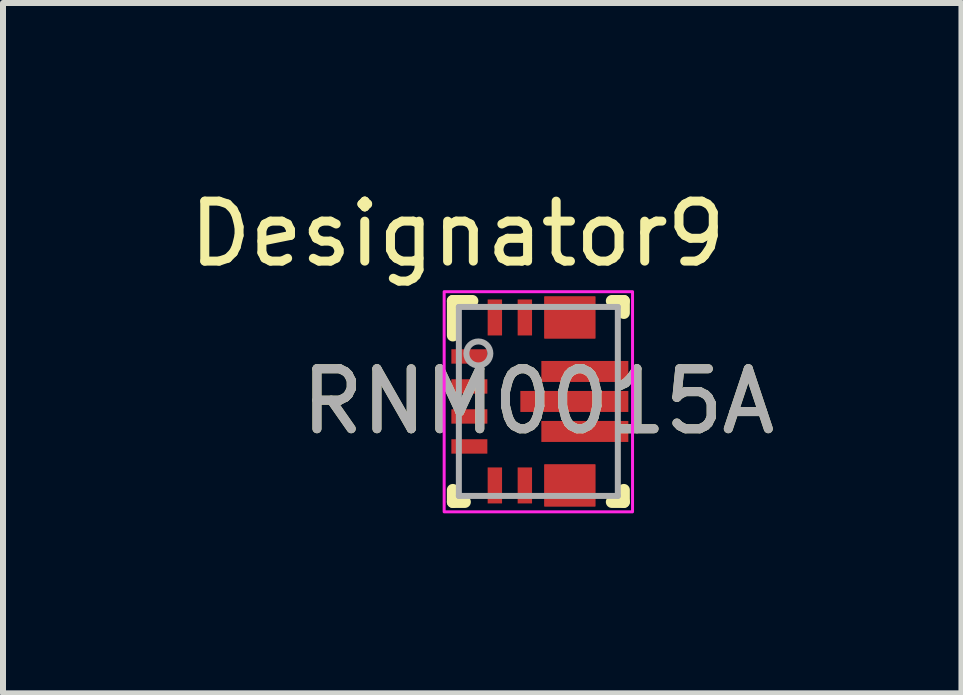
<source format=kicad_pcb>
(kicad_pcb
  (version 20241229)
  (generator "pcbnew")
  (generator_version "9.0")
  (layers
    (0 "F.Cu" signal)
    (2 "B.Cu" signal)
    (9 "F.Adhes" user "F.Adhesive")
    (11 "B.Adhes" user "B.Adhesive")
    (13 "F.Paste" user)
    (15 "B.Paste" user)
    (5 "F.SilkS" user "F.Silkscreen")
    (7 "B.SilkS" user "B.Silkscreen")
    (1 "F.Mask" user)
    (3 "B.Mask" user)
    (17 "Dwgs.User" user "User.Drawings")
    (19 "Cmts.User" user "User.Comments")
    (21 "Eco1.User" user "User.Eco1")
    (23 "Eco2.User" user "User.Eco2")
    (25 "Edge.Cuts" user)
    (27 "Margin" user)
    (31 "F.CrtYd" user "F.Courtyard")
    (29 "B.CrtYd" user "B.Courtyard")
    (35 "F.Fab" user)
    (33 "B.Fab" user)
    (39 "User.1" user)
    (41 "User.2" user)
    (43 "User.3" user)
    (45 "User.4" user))
  (footprint "RNM0015A"
    (layer "F.Cu")
    (at 5.924 3.642)
    (property "Reference" "RNM0015A" (at 0 0 0) (unlocked yes) (layer "F.SilkS") (effects (font (size 1 1) (thickness 0.15))))
    (attr smd)
    (fp_poly (pts (xy 0.15 -1.15) (xy 0.15 -1.3) (xy 0.151 -1.31) (xy 0.154 -1.319) (xy 0.158 -1.328) (xy 0.165 -1.335) (xy 0.172 -1.342) (xy 0.181 -1.346) (xy 0.19 -1.349) (xy 0.2 -1.35) (xy 0.85 -1.35) (xy 0.86 -1.349) (xy 0.869 -1.346) (xy 0.878 -1.342) (xy 0.885 -1.335) (xy 0.892 -1.328) (xy 0.896 -1.319) (xy 0.899 -1.31) (xy 0.9 -1.3) (xy 0.9 -1.15) (xy 0.899 -1.14) (xy 0.896 -1.131) (xy 0.892 -1.122) (xy 0.885 -1.115) (xy 0.878 -1.108) (xy 0.869 -1.104) (xy 0.86 -1.101) (xy 0.85 -1.1) (xy 0.2 -1.1) (xy 0.19 -1.101) (xy 0.181 -1.104) (xy 0.172 -1.108) (xy 0.165 -1.115) (xy 0.158 -1.122) (xy 0.154 -1.131) (xy 0.151 -1.14)) (stroke (width 0) (type solid)) (fill yes) (layer "F.Mask"))
    (fp_poly (pts (xy 0.15 1.3) (xy 0.15 1.15) (xy 0.151 1.14) (xy 0.154 1.131) (xy 0.158 1.122) (xy 0.165 1.115) (xy 0.172 1.108) (xy 0.181 1.104) (xy 0.19 1.101) (xy 0.2 1.1) (xy 0.85 1.1) (xy 0.86 1.101) (xy 0.869 1.104) (xy 0.878 1.108) (xy 0.885 1.115) (xy 0.892 1.122) (xy 0.896 1.131) (xy 0.899 1.14) (xy 0.9 1.15) (xy 0.9 1.3) (xy 0.899 1.31) (xy 0.896 1.319) (xy 0.892 1.328) (xy 0.885 1.335) (xy 0.878 1.342) (xy 0.869 1.346) (xy 0.86 1.349) (xy 0.85 1.35) (xy 0.2 1.35) (xy 0.19 1.349) (xy 0.181 1.346) (xy 0.172 1.342) (xy 0.165 1.335) (xy 0.158 1.328) (xy 0.154 1.319) (xy 0.151 1.31)) (stroke (width 0) (type solid)) (fill yes) (layer "F.Mask"))
    (fp_poly (pts (xy 0.2 1.1) (xy 0.35 1.1) (xy 0.36 1.101) (xy 0.369 1.104) (xy 0.378 1.108) (xy 0.385 1.115) (xy 0.392 1.122) (xy 0.396 1.131) (xy 0.399 1.14) (xy 0.4 1.15) (xy 0.4 1.65) (xy 0.399 1.66) (xy 0.396 1.669) (xy 0.392 1.678) (xy 0.385 1.685) (xy 0.378 1.692) (xy 0.369 1.696) (xy 0.36 1.699) (xy 0.35 1.7) (xy 0.2 1.7) (xy 0.19 1.699) (xy 0.181 1.696) (xy 0.172 1.692) (xy 0.165 1.685) (xy 0.158 1.678) (xy 0.154 1.669) (xy 0.151 1.66) (xy 0.15 1.65) (xy 0.15 1.15) (xy 0.151 1.14) (xy 0.154 1.131) (xy 0.158 1.122) (xy 0.165 1.115) (xy 0.172 1.108) (xy 0.181 1.104) (xy 0.19 1.101)) (stroke (width 0) (type solid)) (fill yes) (layer "F.Mask"))
    (fp_poly (pts (xy 0.35 -1.1) (xy 0.2 -1.1) (xy 0.19 -1.101) (xy 0.181 -1.104) (xy 0.172 -1.108) (xy 0.165 -1.115) (xy 0.158 -1.122) (xy 0.154 -1.131) (xy 0.151 -1.14) (xy 0.15 -1.15) (xy 0.15 -1.65) (xy 0.151 -1.66) (xy 0.154 -1.669) (xy 0.158 -1.678) (xy 0.165 -1.685) (xy 0.172 -1.692) (xy 0.181 -1.696) (xy 0.19 -1.699) (xy 0.2 -1.7) (xy 0.35 -1.7) (xy 0.36 -1.699) (xy 0.369 -1.696) (xy 0.378 -1.692) (xy 0.385 -1.685) (xy 0.392 -1.678) (xy 0.396 -1.669) (xy 0.399 -1.66) (xy 0.4 -1.65) (xy 0.4 -1.15) (xy 0.399 -1.14) (xy 0.396 -1.131) (xy 0.392 -1.122) (xy 0.385 -1.115) (xy 0.378 -1.108) (xy 0.369 -1.104) (xy 0.36 -1.101)) (stroke (width 0) (type solid)) (fill yes) (layer "F.Mask"))
    (fp_poly (pts (xy 0.7 1.1) (xy 0.85 1.1) (xy 0.86 1.101) (xy 0.869 1.104) (xy 0.878 1.108) (xy 0.885 1.115) (xy 0.892 1.122) (xy 0.896 1.131) (xy 0.899 1.14) (xy 0.9 1.15) (xy 0.9 1.65) (xy 0.899 1.66) (xy 0.896 1.669) (xy 0.892 1.678) (xy 0.885 1.685) (xy 0.878 1.692) (xy 0.869 1.696) (xy 0.86 1.699) (xy 0.85 1.7) (xy 0.7 1.7) (xy 0.69 1.699) (xy 0.681 1.696) (xy 0.672 1.692) (xy 0.665 1.685) (xy 0.658 1.678) (xy 0.654 1.669) (xy 0.651 1.66) (xy 0.65 1.65) (xy 0.65 1.15) (xy 0.651 1.14) (xy 0.654 1.131) (xy 0.658 1.122) (xy 0.665 1.115) (xy 0.672 1.108) (xy 0.681 1.104) (xy 0.69 1.101)) (stroke (width 0) (type solid)) (fill yes) (layer "F.Mask"))
    (fp_poly (pts (xy 0.85 -1.1) (xy 0.7 -1.1) (xy 0.69 -1.101) (xy 0.681 -1.104) (xy 0.672 -1.108) (xy 0.665 -1.115) (xy 0.658 -1.122) (xy 0.654 -1.131) (xy 0.651 -1.14) (xy 0.65 -1.15) (xy 0.65 -1.65) (xy 0.651 -1.66) (xy 0.654 -1.669) (xy 0.658 -1.678) (xy 0.665 -1.685) (xy 0.672 -1.692) (xy 0.681 -1.696) (xy 0.69 -1.699) (xy 0.7 -1.7) (xy 0.85 -1.7) (xy 0.86 -1.699) (xy 0.869 -1.696) (xy 0.878 -1.692) (xy 0.885 -1.685) (xy 0.892 -1.678) (xy 0.896 -1.669) (xy 0.899 -1.66) (xy 0.9 -1.65) (xy 0.9 -1.15) (xy 0.899 -1.14) (xy 0.896 -1.131) (xy 0.892 -1.122) (xy 0.885 -1.115) (xy 0.878 -1.108) (xy 0.869 -1.104) (xy 0.86 -1.101)) (stroke (width 0) (type solid)) (fill yes) (layer "F.Mask"))
    (fp_line (start -1.425 -1.675) (end -1.1 -1.675) (stroke (width 0.2) (type solid)) (layer "F.SilkS"))
    (fp_line (start -1.425 -1.1) (end -1.425 -1.675) (stroke (width 0.2) (type solid)) (layer "F.SilkS"))
    (fp_line (start -1.425 1.675) (end -1.425 1.475) (stroke (width 0.2) (type solid)) (layer "F.SilkS"))
    (fp_line (start -1.425 1.675) (end -1.225 1.675) (stroke (width 0.2) (type solid)) (layer "F.SilkS"))
    (fp_line (start 1.225 -1.675) (end 1.425 -1.675) (stroke (width 0.2) (type solid)) (layer "F.SilkS"))
    (fp_line (start 1.225 1.675) (end 1.425 1.675) (stroke (width 0.2) (type solid)) (layer "F.SilkS"))
    (fp_line (start 1.425 -1.475) (end 1.425 -1.675) (stroke (width 0.2) (type solid)) (layer "F.SilkS"))
    (fp_line (start 1.425 1.675) (end 1.425 1.475) (stroke (width 0.2) (type solid)) (layer "F.SilkS"))
    (fp_poly (pts (xy -0.22 0.075) (xy -0.22 -0.075) (xy -0.219 -0.085) (xy -0.216 -0.094) (xy -0.212 -0.103) (xy -0.205 -0.11) (xy -0.198 -0.117) (xy -0.189 -0.121) (xy -0.18 -0.124) (xy -0.17 -0.125) (xy 0.45 -0.125) (xy 0.46 -0.124) (xy 0.469 -0.121) (xy 0.478 -0.117) (xy 0.485 -0.11) (xy 0.492 -0.103) (xy 0.496 -0.094) (xy 0.499 -0.085) (xy 0.5 -0.075) (xy 0.5 0.075) (xy 0.499 0.085) (xy 0.496 0.094) (xy 0.492 0.103) (xy 0.485 0.11) (xy 0.478 0.117) (xy 0.469 0.121) (xy 0.46 0.124) (xy 0.45 0.125) (xy -0.17 0.125) (xy -0.18 0.124) (xy -0.189 0.121) (xy -0.198 0.117) (xy -0.205 0.11) (xy -0.212 0.103) (xy -0.216 0.094) (xy -0.219 0.085)) (stroke (width 0) (type solid)) (fill yes) (layer "F.Paste"))
    (fp_poly (pts (xy 0.101 -0.425) (xy 0.101 -0.575) (xy 0.101 -0.585) (xy 0.104 -0.594) (xy 0.109 -0.603) (xy 0.115 -0.61) (xy 0.123 -0.617) (xy 0.131 -0.621) (xy 0.141 -0.624) (xy 0.15 -0.625) (xy 0.625 -0.625) (xy 0.635 -0.624) (xy 0.645 -0.621) (xy 0.653 -0.617) (xy 0.661 -0.61) (xy 0.667 -0.603) (xy 0.672 -0.594) (xy 0.675 -0.585) (xy 0.675 -0.575) (xy 0.675 -0.425) (xy 0.675 -0.415) (xy 0.672 -0.406) (xy 0.667 -0.397) (xy 0.661 -0.39) (xy 0.653 -0.383) (xy 0.645 -0.379) (xy 0.635 -0.376) (xy 0.625 -0.375) (xy 0.15 -0.375) (xy 0.141 -0.376) (xy 0.131 -0.379) (xy 0.123 -0.383) (xy 0.115 -0.39) (xy 0.109 -0.397) (xy 0.104 -0.406) (xy 0.101 -0.415)) (stroke (width 0) (type solid)) (fill yes) (layer "F.Paste"))
    (fp_poly (pts (xy 0.101 0.575) (xy 0.101 0.425) (xy 0.101 0.415) (xy 0.104 0.406) (xy 0.109 0.397) (xy 0.115 0.39) (xy 0.123 0.383) (xy 0.131 0.379) (xy 0.141 0.376) (xy 0.15 0.375) (xy 0.625 0.375) (xy 0.635 0.376) (xy 0.645 0.379) (xy 0.653 0.383) (xy 0.661 0.39) (xy 0.667 0.397) (xy 0.672 0.406) (xy 0.675 0.415) (xy 0.675 0.425) (xy 0.675 0.575) (xy 0.675 0.585) (xy 0.672 0.594) (xy 0.667 0.603) (xy 0.661 0.61) (xy 0.653 0.617) (xy 0.645 0.621) (xy 0.635 0.624) (xy 0.625 0.625) (xy 0.15 0.625) (xy 0.141 0.624) (xy 0.131 0.621) (xy 0.123 0.617) (xy 0.115 0.61) (xy 0.109 0.603) (xy 0.104 0.594) (xy 0.101 0.585)) (stroke (width 0) (type solid)) (fill yes) (layer "F.Paste"))
    (fp_poly (pts (xy 0.15 -1.15) (xy 0.15 -1.3) (xy 0.151 -1.31) (xy 0.154 -1.319) (xy 0.158 -1.328) (xy 0.165 -1.335) (xy 0.172 -1.342) (xy 0.181 -1.346) (xy 0.19 -1.349) (xy 0.2 -1.35) (xy 0.85 -1.35) (xy 0.86 -1.349) (xy 0.869 -1.346) (xy 0.878 -1.342) (xy 0.885 -1.335) (xy 0.892 -1.328) (xy 0.896 -1.319) (xy 0.899 -1.31) (xy 0.9 -1.3) (xy 0.9 -1.15) (xy 0.899 -1.14) (xy 0.896 -1.131) (xy 0.892 -1.122) (xy 0.885 -1.115) (xy 0.878 -1.108) (xy 0.869 -1.104) (xy 0.86 -1.101) (xy 0.85 -1.1) (xy 0.2 -1.1) (xy 0.19 -1.101) (xy 0.181 -1.104) (xy 0.172 -1.108) (xy 0.165 -1.115) (xy 0.158 -1.122) (xy 0.154 -1.131) (xy 0.151 -1.14)) (stroke (width 0) (type solid)) (fill yes) (layer "F.Paste"))
    (fp_poly (pts (xy 0.15 1.3) (xy 0.15 1.15) (xy 0.151 1.14) (xy 0.154 1.131) (xy 0.158 1.122) (xy 0.165 1.115) (xy 0.172 1.108) (xy 0.181 1.104) (xy 0.19 1.101) (xy 0.2 1.1) (xy 0.85 1.1) (xy 0.86 1.101) (xy 0.869 1.104) (xy 0.878 1.108) (xy 0.885 1.115) (xy 0.892 1.122) (xy 0.896 1.131) (xy 0.899 1.14) (xy 0.9 1.15) (xy 0.9 1.3) (xy 0.899 1.31) (xy 0.896 1.319) (xy 0.892 1.328) (xy 0.885 1.335) (xy 0.878 1.342) (xy 0.869 1.346) (xy 0.86 1.349) (xy 0.85 1.35) (xy 0.2 1.35) (xy 0.19 1.349) (xy 0.181 1.346) (xy 0.172 1.342) (xy 0.165 1.335) (xy 0.158 1.328) (xy 0.154 1.319) (xy 0.151 1.31)) (stroke (width 0) (type solid)) (fill yes) (layer "F.Paste"))
    (fp_poly (pts (xy 0.2 1.1) (xy 0.35 1.1) (xy 0.36 1.101) (xy 0.369 1.104) (xy 0.378 1.108) (xy 0.385 1.115) (xy 0.392 1.122) (xy 0.396 1.131) (xy 0.399 1.14) (xy 0.4 1.15) (xy 0.4 1.65) (xy 0.399 1.66) (xy 0.396 1.669) (xy 0.392 1.678) (xy 0.385 1.685) (xy 0.378 1.692) (xy 0.369 1.696) (xy 0.36 1.699) (xy 0.35 1.7) (xy 0.2 1.7) (xy 0.19 1.699) (xy 0.181 1.696) (xy 0.172 1.692) (xy 0.165 1.685) (xy 0.158 1.678) (xy 0.154 1.669) (xy 0.151 1.66) (xy 0.15 1.65) (xy 0.15 1.15) (xy 0.151 1.14) (xy 0.154 1.131) (xy 0.158 1.122) (xy 0.165 1.115) (xy 0.172 1.108) (xy 0.181 1.104) (xy 0.19 1.101)) (stroke (width 0) (type solid)) (fill yes) (layer "F.Paste"))
    (fp_poly (pts (xy 0.35 -1.1) (xy 0.2 -1.1) (xy 0.19 -1.101) (xy 0.181 -1.104) (xy 0.172 -1.108) (xy 0.165 -1.115) (xy 0.158 -1.122) (xy 0.154 -1.131) (xy 0.151 -1.14) (xy 0.15 -1.15) (xy 0.15 -1.65) (xy 0.151 -1.66) (xy 0.154 -1.669) (xy 0.158 -1.678) (xy 0.165 -1.685) (xy 0.172 -1.692) (xy 0.181 -1.696) (xy 0.19 -1.699) (xy 0.2 -1.7) (xy 0.35 -1.7) (xy 0.36 -1.699) (xy 0.369 -1.696) (xy 0.378 -1.692) (xy 0.385 -1.685) (xy 0.392 -1.678) (xy 0.396 -1.669) (xy 0.399 -1.66) (xy 0.4 -1.65) (xy 0.4 -1.15) (xy 0.399 -1.14) (xy 0.396 -1.131) (xy 0.392 -1.122) (xy 0.385 -1.115) (xy 0.378 -1.108) (xy 0.369 -1.104) (xy 0.36 -1.101)) (stroke (width 0) (type solid)) (fill yes) (layer "F.Paste"))
    (fp_poly (pts (xy 0.7 0.075) (xy 0.7 -0.075) (xy 0.701 -0.085) (xy 0.704 -0.094) (xy 0.708 -0.103) (xy 0.715 -0.11) (xy 0.722 -0.117) (xy 0.731 -0.121) (xy 0.74 -0.124) (xy 0.75 -0.125) (xy 1.37 -0.125) (xy 1.38 -0.124) (xy 1.389 -0.121) (xy 1.398 -0.117) (xy 1.405 -0.11) (xy 1.412 -0.103) (xy 1.416 -0.094) (xy 1.419 -0.085) (xy 1.42 -0.075) (xy 1.42 0.075) (xy 1.419 0.085) (xy 1.416 0.094) (xy 1.412 0.103) (xy 1.405 0.11) (xy 1.398 0.117) (xy 1.389 0.121) (xy 1.38 0.124) (xy 1.37 0.125) (xy 0.75 0.125) (xy 0.74 0.124) (xy 0.731 0.121) (xy 0.722 0.117) (xy 0.715 0.11) (xy 0.708 0.103) (xy 0.704 0.094) (xy 0.701 0.085)) (stroke (width 0) (type solid)) (fill yes) (layer "F.Paste"))
    (fp_poly (pts (xy 0.7 1.1) (xy 0.85 1.1) (xy 0.86 1.101) (xy 0.869 1.104) (xy 0.878 1.108) (xy 0.885 1.115) (xy 0.892 1.122) (xy 0.896 1.131) (xy 0.899 1.14) (xy 0.9 1.15) (xy 0.9 1.65) (xy 0.899 1.66) (xy 0.896 1.669) (xy 0.892 1.678) (xy 0.885 1.685) (xy 0.878 1.692) (xy 0.869 1.696) (xy 0.86 1.699) (xy 0.85 1.7) (xy 0.7 1.7) (xy 0.69 1.699) (xy 0.681 1.696) (xy 0.672 1.692) (xy 0.665 1.685) (xy 0.658 1.678) (xy 0.654 1.669) (xy 0.651 1.66) (xy 0.65 1.65) (xy 0.65 1.15) (xy 0.651 1.14) (xy 0.654 1.131) (xy 0.658 1.122) (xy 0.665 1.115) (xy 0.672 1.108) (xy 0.681 1.104) (xy 0.69 1.101)) (stroke (width 0) (type solid)) (fill yes) (layer "F.Paste"))
    (fp_poly (pts (xy 0.85 -1.1) (xy 0.7 -1.1) (xy 0.69 -1.101) (xy 0.681 -1.104) (xy 0.672 -1.108) (xy 0.665 -1.115) (xy 0.658 -1.122) (xy 0.654 -1.131) (xy 0.651 -1.14) (xy 0.65 -1.15) (xy 0.65 -1.65) (xy 0.651 -1.66) (xy 0.654 -1.669) (xy 0.658 -1.678) (xy 0.665 -1.685) (xy 0.672 -1.692) (xy 0.681 -1.696) (xy 0.69 -1.699) (xy 0.7 -1.7) (xy 0.85 -1.7) (xy 0.86 -1.699) (xy 0.869 -1.696) (xy 0.878 -1.692) (xy 0.885 -1.685) (xy 0.892 -1.678) (xy 0.896 -1.669) (xy 0.899 -1.66) (xy 0.9 -1.65) (xy 0.9 -1.15) (xy 0.899 -1.14) (xy 0.896 -1.131) (xy 0.892 -1.122) (xy 0.885 -1.115) (xy 0.878 -1.108) (xy 0.869 -1.104) (xy 0.86 -1.101)) (stroke (width 0) (type solid)) (fill yes) (layer "F.Paste"))
    (fp_poly (pts (xy 0.875 -0.425) (xy 0.875 -0.575) (xy 0.876 -0.585) (xy 0.879 -0.594) (xy 0.884 -0.603) (xy 0.89 -0.61) (xy 0.898 -0.617) (xy 0.906 -0.621) (xy 0.916 -0.624) (xy 0.925 -0.625) (xy 1.401 -0.625) (xy 1.41 -0.624) (xy 1.42 -0.621) (xy 1.428 -0.617) (xy 1.436 -0.61) (xy 1.442 -0.603) (xy 1.447 -0.594) (xy 1.45 -0.585) (xy 1.45 -0.575) (xy 1.45 -0.425) (xy 1.45 -0.415) (xy 1.447 -0.406) (xy 1.442 -0.397) (xy 1.436 -0.39) (xy 1.428 -0.383) (xy 1.42 -0.379) (xy 1.41 -0.376) (xy 1.401 -0.375) (xy 0.925 -0.375) (xy 0.916 -0.376) (xy 0.906 -0.379) (xy 0.898 -0.383) (xy 0.89 -0.39) (xy 0.884 -0.397) (xy 0.879 -0.406) (xy 0.876 -0.415)) (stroke (width 0) (type solid)) (fill yes) (layer "F.Paste"))
    (fp_poly (pts (xy 0.875 0.575) (xy 0.875 0.425) (xy 0.876 0.415) (xy 0.879 0.406) (xy 0.884 0.397) (xy 0.89 0.39) (xy 0.898 0.383) (xy 0.906 0.379) (xy 0.916 0.376) (xy 0.925 0.375) (xy 1.401 0.375) (xy 1.41 0.376) (xy 1.42 0.379) (xy 1.428 0.383) (xy 1.436 0.39) (xy 1.442 0.397) (xy 1.447 0.406) (xy 1.45 0.415) (xy 1.45 0.425) (xy 1.45 0.575) (xy 1.45 0.585) (xy 1.447 0.594) (xy 1.442 0.603) (xy 1.436 0.61) (xy 1.428 0.617) (xy 1.42 0.621) (xy 1.41 0.624) (xy 1.401 0.625) (xy 0.925 0.625) (xy 0.916 0.624) (xy 0.906 0.621) (xy 0.898 0.617) (xy 0.89 0.61) (xy 0.884 0.603) (xy 0.879 0.594) (xy 0.876 0.585)) (stroke (width 0) (type solid)) (fill yes) (layer "F.Paste"))
    (fp_rect (start -1.57 -1.83) (end 1.57 1.84) (stroke (width 0.05) (type default)) (fill no) (layer "F.CrtYd"))
    (fp_line (start -1.325 -1.575) (end 1.325 -1.575) (stroke (width 0.1) (type solid)) (layer "F.Fab"))
    (fp_line (start -1.325 1.575) (end -1.325 -1.575) (stroke (width 0.1) (type solid)) (layer "F.Fab"))
    (fp_line (start -1.325 1.575) (end 1.325 1.575) (stroke (width 0.1) (type solid)) (layer "F.Fab"))
    (fp_line (start 1.325 1.575) (end 1.325 -1.575) (stroke (width 0.1) (type solid)) (layer "F.Fab"))
    (fp_circle (center -1 -0.8) (end -0.8 -0.8) (stroke (width 0.1) (type solid)) (fill no) (layer "F.Fab"))
    (fp_text user "Designator9" (at -1.346 -2.794 0) (unlocked yes) (layer "F.SilkS") (effects (font (size 1 1) (thickness 0.15))))
    (fp_text user "${REFERENCE}" (at 0 0 0) (unlocked yes) (layer "F.Fab") (effects (font (size 1 1) (thickness 0.15))))
    (pad "1" smd rect (at -1.15 -0.75 90) (size 0.24 0.6) (layers "F.Cu" "F.Mask" "F.Paste"))
    (pad "2" smd rect (at -1.15 -0.25 90) (size 0.24 0.6) (layers "F.Cu" "F.Mask" "F.Paste"))
    (pad "3" smd rect (at -1.15 0.25 90) (size 0.24 0.6) (layers "F.Cu" "F.Mask" "F.Paste"))
    (pad "4" smd rect (at -1.15 0.75 90) (size 0.24 0.6) (layers "F.Cu" "F.Mask" "F.Paste"))
    (pad "5" smd rect (at -0.725 1.4) (size 0.24 0.6) (layers "F.Cu" "F.Mask" "F.Paste"))
    (pad "6" smd rect (at -0.225 1.4) (size 0.24 0.6) (layers "F.Cu" "F.Mask" "F.Paste"))
    (pad "7" smd rect (at 0.525 1.4 90) (size 0.7 0.85) (layers "F.Cu" "F.Mask" "F.Paste"))
    (pad "8" smd rect (at 0.525 1.4 90) (size 0.7 0.85) (layers "F.Cu" "F.Mask" "F.Paste"))
    (pad "9" smd rect (at 0.775 0.5 90) (size 0.35 1.45) (layers "F.Cu" "F.Mask"))
    (pad "10" smd rect (at 0.6 0 90) (size 0.35 1.8) (layers "F.Cu" "F.Mask"))
    (pad "11" smd rect (at 0.775 -0.5 90) (size 0.35 1.45) (layers "F.Cu" "F.Mask"))
    (pad "12" smd rect (at 0.525 -1.4 90) (size 0.7 0.85) (layers "F.Cu" "F.Mask" "F.Paste"))
    (pad "13" smd rect (at 0.525 -1.4 90) (size 0.7 0.85) (layers "F.Cu" "F.Mask" "F.Paste"))
    (pad "14" smd rect (at -0.225 -1.4) (size 0.24 0.6) (layers "F.Cu" "F.Mask" "F.Paste"))
    (pad "15" smd rect (at -0.725 -1.4) (size 0.24 0.6) (layers "F.Cu" "F.Mask" "F.Paste")))
  (gr_rect
    (start -3 -3)
    (end 12.977 8.507)
    (stroke (width 0.1) (type default))
    (fill no)
    (layer "Edge.Cuts")))
</source>
